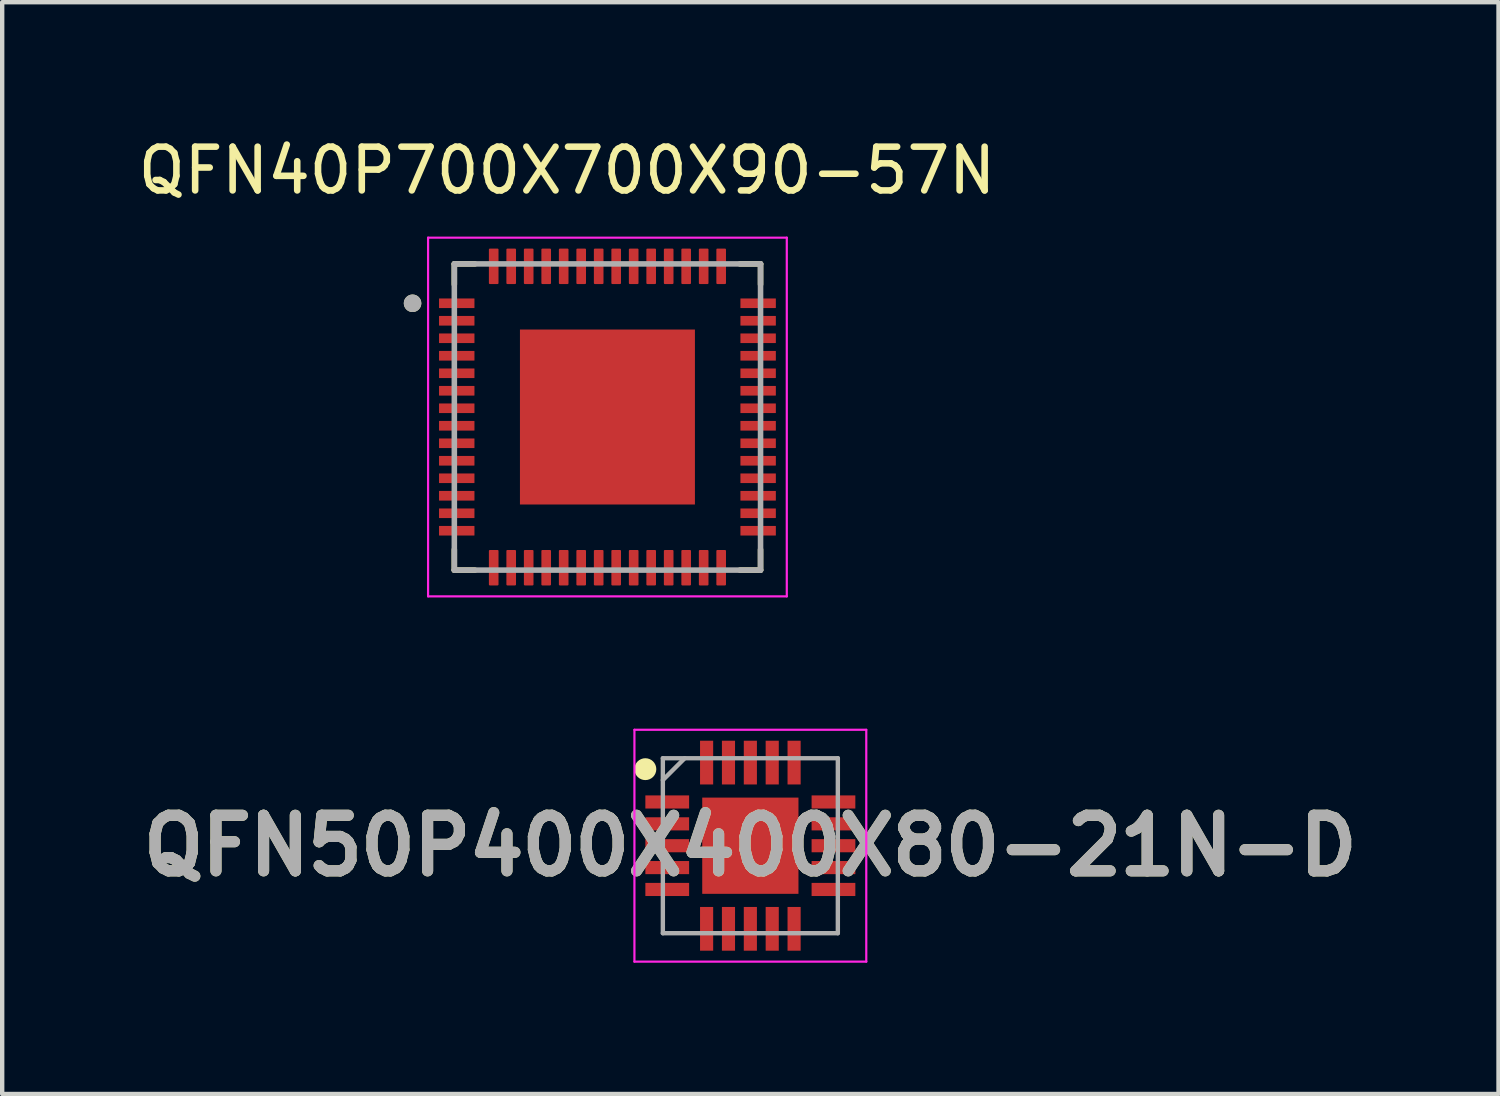
<source format=kicad_pcb>
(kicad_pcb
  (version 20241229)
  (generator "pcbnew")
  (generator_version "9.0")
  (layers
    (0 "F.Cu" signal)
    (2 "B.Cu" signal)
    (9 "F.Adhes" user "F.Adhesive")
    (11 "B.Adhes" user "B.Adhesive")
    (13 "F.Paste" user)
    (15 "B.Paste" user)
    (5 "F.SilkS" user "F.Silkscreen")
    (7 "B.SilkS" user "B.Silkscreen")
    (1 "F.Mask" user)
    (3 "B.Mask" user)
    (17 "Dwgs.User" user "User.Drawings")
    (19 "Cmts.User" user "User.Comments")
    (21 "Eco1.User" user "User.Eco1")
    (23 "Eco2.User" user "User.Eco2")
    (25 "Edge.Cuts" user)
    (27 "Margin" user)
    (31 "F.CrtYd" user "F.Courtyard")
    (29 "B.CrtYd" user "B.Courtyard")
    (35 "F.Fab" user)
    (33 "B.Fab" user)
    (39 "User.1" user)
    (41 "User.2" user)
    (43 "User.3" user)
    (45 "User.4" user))
  (footprint "QFN40P700X700X90-57N"
    (layer "F.Cu")
    (at 10.836 6.483)
    (property "Reference" "QFN40P700X700X90-57N" (at -0.925 -5.635 0) (layer "F.SilkS") (effects (font (size 1 1) (thickness 0.15))))
    (attr through_hole)
    (fp_line (start -3.5 -3.5) (end -3.5 -3.03) (stroke (width 0.127) (type solid)) (layer "F.SilkS"))
    (fp_line (start -3.5 -3.5) (end -3.03 -3.5) (stroke (width 0.127) (type solid)) (layer "F.SilkS"))
    (fp_line (start -3.5 3.5) (end -3.5 3.03) (stroke (width 0.127) (type solid)) (layer "F.SilkS"))
    (fp_line (start -3.5 3.5) (end -3.03 3.5) (stroke (width 0.127) (type solid)) (layer "F.SilkS"))
    (fp_line (start 3.5 -3.5) (end 3.03 -3.5) (stroke (width 0.127) (type solid)) (layer "F.SilkS"))
    (fp_line (start 3.5 -3.5) (end 3.5 -3.03) (stroke (width 0.127) (type solid)) (layer "F.SilkS"))
    (fp_line (start 3.5 3.5) (end 3.03 3.5) (stroke (width 0.127) (type solid)) (layer "F.SilkS"))
    (fp_line (start 3.5 3.5) (end 3.5 3.03) (stroke (width 0.127) (type solid)) (layer "F.SilkS"))
    (fp_circle (center -4.455 -2.6) (end -4.355 -2.6) (stroke (width 0.2) (type solid)) (fill no) (layer "F.SilkS"))
    (fp_poly (pts (xy -1.515 -1.515) (xy -0.245 -1.515) (xy -0.245 -0.245) (xy -1.515 -0.245)) (stroke (width 0.01) (type solid)) (fill yes) (layer "F.Paste"))
    (fp_poly (pts (xy -1.515 0.245) (xy -0.245 0.245) (xy -0.245 1.515) (xy -1.515 1.515)) (stroke (width 0.01) (type solid)) (fill yes) (layer "F.Paste"))
    (fp_poly (pts (xy 0.245 -1.515) (xy 1.515 -1.515) (xy 1.515 -0.245) (xy 0.245 -0.245)) (stroke (width 0.01) (type solid)) (fill yes) (layer "F.Paste"))
    (fp_poly (pts (xy 0.245 0.245) (xy 1.515 0.245) (xy 1.515 1.515) (xy 0.245 1.515)) (stroke (width 0.01) (type solid)) (fill yes) (layer "F.Paste"))
    (fp_line (start -4.1 -4.1) (end 4.1 -4.1) (stroke (width 0.05) (type solid)) (layer "F.CrtYd"))
    (fp_line (start -4.1 4.1) (end -4.1 -4.1) (stroke (width 0.05) (type solid)) (layer "F.CrtYd"))
    (fp_line (start -4.1 4.1) (end 4.1 4.1) (stroke (width 0.05) (type solid)) (layer "F.CrtYd"))
    (fp_line (start 4.1 4.1) (end 4.1 -4.1) (stroke (width 0.05) (type solid)) (layer "F.CrtYd"))
    (fp_line (start -3.5 3.5) (end -3.5 -3.5) (stroke (width 0.127) (type solid)) (layer "F.Fab"))
    (fp_line (start 3.5 -3.5) (end -3.5 -3.5) (stroke (width 0.127) (type solid)) (layer "F.Fab"))
    (fp_line (start 3.5 3.5) (end -3.5 3.5) (stroke (width 0.127) (type solid)) (layer "F.Fab"))
    (fp_line (start 3.5 3.5) (end 3.5 -3.5) (stroke (width 0.127) (type solid)) (layer "F.Fab"))
    (fp_circle (center -4.455 -2.6) (end -4.355 -2.6) (stroke (width 0.2) (type solid)) (fill no) (layer "F.Fab"))
    (pad "1" smd roundrect (at -3.445 -2.6) (size 0.81 0.22) (layers "F.Cu" "F.Mask" "F.Paste") (roundrect_rratio 0.03))
    (pad "2" smd roundrect (at -3.445 -2.2) (size 0.81 0.22) (layers "F.Cu" "F.Mask" "F.Paste") (roundrect_rratio 0.03))
    (pad "3" smd roundrect (at -3.445 -1.8) (size 0.81 0.22) (layers "F.Cu" "F.Mask" "F.Paste") (roundrect_rratio 0.03))
    (pad "4" smd roundrect (at -3.445 -1.4) (size 0.81 0.22) (layers "F.Cu" "F.Mask" "F.Paste") (roundrect_rratio 0.03))
    (pad "5" smd roundrect (at -3.445 -1) (size 0.81 0.22) (layers "F.Cu" "F.Mask" "F.Paste") (roundrect_rratio 0.03))
    (pad "6" smd roundrect (at -3.445 -0.6) (size 0.81 0.22) (layers "F.Cu" "F.Mask" "F.Paste") (roundrect_rratio 0.03))
    (pad "7" smd roundrect (at -3.445 -0.2) (size 0.81 0.22) (layers "F.Cu" "F.Mask" "F.Paste") (roundrect_rratio 0.03))
    (pad "8" smd roundrect (at -3.445 0.2) (size 0.81 0.22) (layers "F.Cu" "F.Mask" "F.Paste") (roundrect_rratio 0.03))
    (pad "9" smd roundrect (at -3.445 0.6) (size 0.81 0.22) (layers "F.Cu" "F.Mask" "F.Paste") (roundrect_rratio 0.03))
    (pad "10" smd roundrect (at -3.445 1) (size 0.81 0.22) (layers "F.Cu" "F.Mask" "F.Paste") (roundrect_rratio 0.03))
    (pad "11" smd roundrect (at -3.445 1.4) (size 0.81 0.22) (layers "F.Cu" "F.Mask" "F.Paste") (roundrect_rratio 0.03))
    (pad "12" smd roundrect (at -3.445 1.8) (size 0.81 0.22) (layers "F.Cu" "F.Mask" "F.Paste") (roundrect_rratio 0.03))
    (pad "13" smd roundrect (at -3.445 2.2) (size 0.81 0.22) (layers "F.Cu" "F.Mask" "F.Paste") (roundrect_rratio 0.03))
    (pad "14" smd roundrect (at -3.445 2.6) (size 0.81 0.22) (layers "F.Cu" "F.Mask" "F.Paste") (roundrect_rratio 0.03))
    (pad "15" smd roundrect (at -2.6 3.445) (size 0.22 0.81) (layers "F.Cu" "F.Mask" "F.Paste") (roundrect_rratio 0.1))
    (pad "16" smd roundrect (at -2.2 3.445) (size 0.22 0.81) (layers "F.Cu" "F.Mask" "F.Paste") (roundrect_rratio 0.1))
    (pad "17" smd roundrect (at -1.8 3.445) (size 0.22 0.81) (layers "F.Cu" "F.Mask" "F.Paste") (roundrect_rratio 0.1))
    (pad "18" smd roundrect (at -1.4 3.445) (size 0.22 0.81) (layers "F.Cu" "F.Mask" "F.Paste") (roundrect_rratio 0.1))
    (pad "19" smd roundrect (at -1 3.445) (size 0.22 0.81) (layers "F.Cu" "F.Mask" "F.Paste") (roundrect_rratio 0.1))
    (pad "20" smd roundrect (at -0.6 3.445) (size 0.22 0.81) (layers "F.Cu" "F.Mask" "F.Paste") (roundrect_rratio 0.1))
    (pad "21" smd roundrect (at -0.2 3.445) (size 0.22 0.81) (layers "F.Cu" "F.Mask" "F.Paste") (roundrect_rratio 0.1))
    (pad "22" smd roundrect (at 0.2 3.445) (size 0.22 0.81) (layers "F.Cu" "F.Mask" "F.Paste") (roundrect_rratio 0.1))
    (pad "23" smd roundrect (at 0.6 3.445) (size 0.22 0.81) (layers "F.Cu" "F.Mask" "F.Paste") (roundrect_rratio 0.1))
    (pad "24" smd roundrect (at 1 3.445) (size 0.22 0.81) (layers "F.Cu" "F.Mask" "F.Paste") (roundrect_rratio 0.1))
    (pad "25" smd roundrect (at 1.4 3.445) (size 0.22 0.81) (layers "F.Cu" "F.Mask" "F.Paste") (roundrect_rratio 0.1))
    (pad "26" smd roundrect (at 1.8 3.445) (size 0.22 0.81) (layers "F.Cu" "F.Mask" "F.Paste") (roundrect_rratio 0.1))
    (pad "27" smd roundrect (at 2.2 3.445) (size 0.22 0.81) (layers "F.Cu" "F.Mask" "F.Paste") (roundrect_rratio 0.1))
    (pad "28" smd roundrect (at 2.6 3.445) (size 0.22 0.81) (layers "F.Cu" "F.Mask" "F.Paste") (roundrect_rratio 0.1))
    (pad "29" smd roundrect (at 3.445 2.6) (size 0.81 0.22) (layers "F.Cu" "F.Mask" "F.Paste") (roundrect_rratio 0.03))
    (pad "30" smd roundrect (at 3.445 2.2) (size 0.81 0.22) (layers "F.Cu" "F.Mask" "F.Paste") (roundrect_rratio 0.03))
    (pad "31" smd roundrect (at 3.445 1.8) (size 0.81 0.22) (layers "F.Cu" "F.Mask" "F.Paste") (roundrect_rratio 0.03))
    (pad "32" smd roundrect (at 3.445 1.4) (size 0.81 0.22) (layers "F.Cu" "F.Mask" "F.Paste") (roundrect_rratio 0.03))
    (pad "33" smd roundrect (at 3.445 1) (size 0.81 0.22) (layers "F.Cu" "F.Mask" "F.Paste") (roundrect_rratio 0.03))
    (pad "34" smd roundrect (at 3.445 0.6) (size 0.81 0.22) (layers "F.Cu" "F.Mask" "F.Paste") (roundrect_rratio 0.03))
    (pad "35" smd roundrect (at 3.445 0.2) (size 0.81 0.22) (layers "F.Cu" "F.Mask" "F.Paste") (roundrect_rratio 0.03))
    (pad "36" smd roundrect (at 3.445 -0.2) (size 0.81 0.22) (layers "F.Cu" "F.Mask" "F.Paste") (roundrect_rratio 0.03))
    (pad "37" smd roundrect (at 3.445 -0.6) (size 0.81 0.22) (layers "F.Cu" "F.Mask" "F.Paste") (roundrect_rratio 0.03))
    (pad "38" smd roundrect (at 3.445 -1) (size 0.81 0.22) (layers "F.Cu" "F.Mask" "F.Paste") (roundrect_rratio 0.03))
    (pad "39" smd roundrect (at 3.445 -1.4) (size 0.81 0.22) (layers "F.Cu" "F.Mask" "F.Paste") (roundrect_rratio 0.03))
    (pad "40" smd roundrect (at 3.445 -1.8) (size 0.81 0.22) (layers "F.Cu" "F.Mask" "F.Paste") (roundrect_rratio 0.03))
    (pad "41" smd roundrect (at 3.445 -2.2) (size 0.81 0.22) (layers "F.Cu" "F.Mask" "F.Paste") (roundrect_rratio 0.03))
    (pad "42" smd roundrect (at 3.445 -2.6) (size 0.81 0.22) (layers "F.Cu" "F.Mask" "F.Paste") (roundrect_rratio 0.03))
    (pad "43" smd roundrect (at 2.6 -3.445) (size 0.22 0.81) (layers "F.Cu" "F.Mask" "F.Paste") (roundrect_rratio 0.1))
    (pad "44" smd roundrect (at 2.2 -3.445) (size 0.22 0.81) (layers "F.Cu" "F.Mask" "F.Paste") (roundrect_rratio 0.1))
    (pad "45" smd roundrect (at 1.8 -3.445) (size 0.22 0.81) (layers "F.Cu" "F.Mask" "F.Paste") (roundrect_rratio 0.1))
    (pad "46" smd roundrect (at 1.4 -3.445) (size 0.22 0.81) (layers "F.Cu" "F.Mask" "F.Paste") (roundrect_rratio 0.1))
    (pad "47" smd roundrect (at 1 -3.445) (size 0.22 0.81) (layers "F.Cu" "F.Mask" "F.Paste") (roundrect_rratio 0.1))
    (pad "48" smd roundrect (at 0.6 -3.445) (size 0.22 0.81) (layers "F.Cu" "F.Mask" "F.Paste") (roundrect_rratio 0.1))
    (pad "49" smd roundrect (at 0.2 -3.445) (size 0.22 0.81) (layers "F.Cu" "F.Mask" "F.Paste") (roundrect_rratio 0.1))
    (pad "50" smd roundrect (at -0.2 -3.445) (size 0.22 0.81) (layers "F.Cu" "F.Mask" "F.Paste") (roundrect_rratio 0.1))
    (pad "51" smd roundrect (at -0.6 -3.445) (size 0.22 0.81) (layers "F.Cu" "F.Mask" "F.Paste") (roundrect_rratio 0.1))
    (pad "52" smd roundrect (at -1 -3.445) (size 0.22 0.81) (layers "F.Cu" "F.Mask" "F.Paste") (roundrect_rratio 0.1))
    (pad "53" smd roundrect (at -1.4 -3.445) (size 0.22 0.81) (layers "F.Cu" "F.Mask" "F.Paste") (roundrect_rratio 0.1))
    (pad "54" smd roundrect (at -1.8 -3.445) (size 0.22 0.81) (layers "F.Cu" "F.Mask" "F.Paste") (roundrect_rratio 0.1))
    (pad "55" smd roundrect (at -2.2 -3.445) (size 0.22 0.81) (layers "F.Cu" "F.Mask" "F.Paste") (roundrect_rratio 0.1))
    (pad "56" smd roundrect (at -2.6 -3.445) (size 0.22 0.81) (layers "F.Cu" "F.Mask" "F.Paste") (roundrect_rratio 0.1))
    (pad "57" smd rect (at 0 0) (size 4 4) (layers "F.Cu" "F.Mask")))
  (footprint "QFN50P400X400X80-21N-D"
    (layer "F.Cu")
    (at 14.103 16.283)
    (property "Reference" "QFN50P400X400X80-21N-D" (at 0 0 0) (layer "F.SilkS") (effects (font (size 1.27 1.27) (thickness 0.254))))
    (attr smd)
    (fp_circle (center -2.4 -1.75) (end -2.4 -1.625) (stroke (width 0.25) (type solid)) (fill no) (layer "F.SilkS"))
    (fp_line (start -2.65 -2.65) (end 2.65 -2.65) (stroke (width 0.05) (type solid)) (layer "F.CrtYd"))
    (fp_line (start -2.65 2.65) (end -2.65 -2.65) (stroke (width 0.05) (type solid)) (layer "F.CrtYd"))
    (fp_line (start 2.65 -2.65) (end 2.65 2.65) (stroke (width 0.05) (type solid)) (layer "F.CrtYd"))
    (fp_line (start 2.65 2.65) (end -2.65 2.65) (stroke (width 0.05) (type solid)) (layer "F.CrtYd"))
    (fp_line (start -2 -2) (end 2 -2) (stroke (width 0.1) (type solid)) (layer "F.Fab"))
    (fp_line (start -2 -1.5) (end -1.5 -2) (stroke (width 0.1) (type solid)) (layer "F.Fab"))
    (fp_line (start -2 2) (end -2 -2) (stroke (width 0.1) (type solid)) (layer "F.Fab"))
    (fp_line (start 2 -2) (end 2 2) (stroke (width 0.1) (type solid)) (layer "F.Fab"))
    (fp_line (start 2 2) (end -2 2) (stroke (width 0.1) (type solid)) (layer "F.Fab"))
    (fp_text user "${REFERENCE}" (at 0 0 0) (layer "F.Fab") (effects (font (size 1.27 1.27) (thickness 0.254))))
    (pad "1" smd rect (at -1.9 -1 90) (size 0.3 1) (layers "F.Cu" "F.Mask" "F.Paste"))
    (pad "2" smd rect (at -1.9 -0.5 90) (size 0.3 1) (layers "F.Cu" "F.Mask" "F.Paste"))
    (pad "3" smd rect (at -1.9 0 90) (size 0.3 1) (layers "F.Cu" "F.Mask" "F.Paste"))
    (pad "4" smd rect (at -1.9 0.5 90) (size 0.3 1) (layers "F.Cu" "F.Mask" "F.Paste"))
    (pad "5" smd rect (at -1.9 1 90) (size 0.3 1) (layers "F.Cu" "F.Mask" "F.Paste"))
    (pad "6" smd rect (at -1 1.9) (size 0.3 1) (layers "F.Cu" "F.Mask" "F.Paste"))
    (pad "7" smd rect (at -0.5 1.9) (size 0.3 1) (layers "F.Cu" "F.Mask" "F.Paste"))
    (pad "8" smd rect (at 0 1.9) (size 0.3 1) (layers "F.Cu" "F.Mask" "F.Paste"))
    (pad "9" smd rect (at 0.5 1.9) (size 0.3 1) (layers "F.Cu" "F.Mask" "F.Paste"))
    (pad "10" smd rect (at 1 1.9) (size 0.3 1) (layers "F.Cu" "F.Mask" "F.Paste"))
    (pad "11" smd rect (at 1.9 1 90) (size 0.3 1) (layers "F.Cu" "F.Mask" "F.Paste"))
    (pad "12" smd rect (at 1.9 0.5 90) (size 0.3 1) (layers "F.Cu" "F.Mask" "F.Paste"))
    (pad "13" smd rect (at 1.9 0 90) (size 0.3 1) (layers "F.Cu" "F.Mask" "F.Paste"))
    (pad "14" smd rect (at 1.9 -0.5 90) (size 0.3 1) (layers "F.Cu" "F.Mask" "F.Paste"))
    (pad "15" smd rect (at 1.9 -1 90) (size 0.3 1) (layers "F.Cu" "F.Mask" "F.Paste"))
    (pad "16" smd rect (at 1 -1.9) (size 0.3 1) (layers "F.Cu" "F.Mask" "F.Paste"))
    (pad "17" smd rect (at 0.5 -1.9) (size 0.3 1) (layers "F.Cu" "F.Mask" "F.Paste"))
    (pad "18" smd rect (at 0 -1.9) (size 0.3 1) (layers "F.Cu" "F.Mask" "F.Paste"))
    (pad "19" smd rect (at -0.5 -1.9) (size 0.3 1) (layers "F.Cu" "F.Mask" "F.Paste"))
    (pad "20" smd rect (at -1 -1.9) (size 0.3 1) (layers "F.Cu" "F.Mask" "F.Paste"))
    (pad "21" smd rect (at 0 0) (size 2.2 2.2) (layers "F.Cu" "F.Mask" "F.Paste")))
  (gr_rect
    (start -3 -3)
    (end 31.206 21.958)
    (stroke (width 0.1) (type default))
    (fill no)
    (layer "Edge.Cuts")))
</source>
